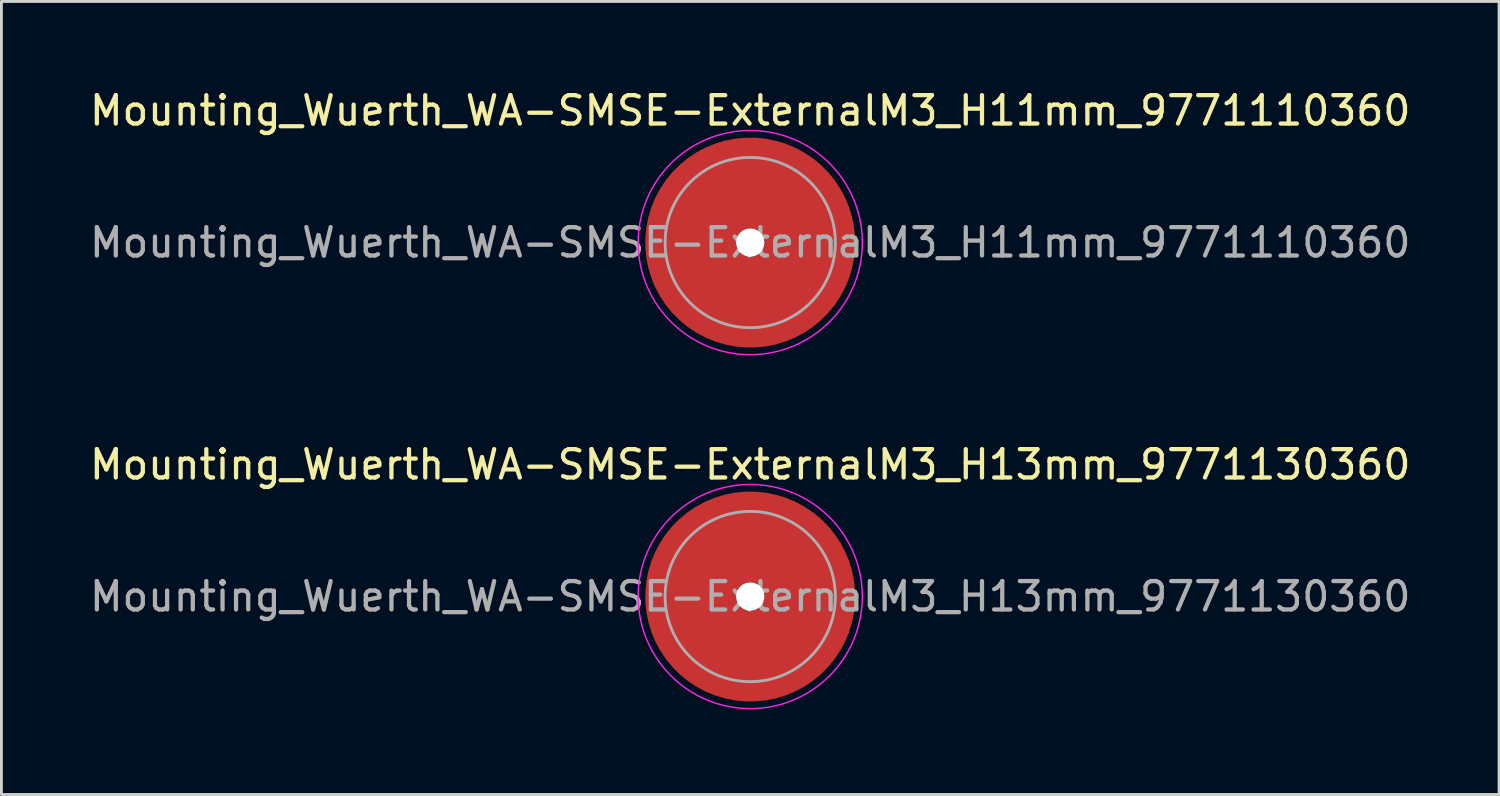
<source format=kicad_pcb>
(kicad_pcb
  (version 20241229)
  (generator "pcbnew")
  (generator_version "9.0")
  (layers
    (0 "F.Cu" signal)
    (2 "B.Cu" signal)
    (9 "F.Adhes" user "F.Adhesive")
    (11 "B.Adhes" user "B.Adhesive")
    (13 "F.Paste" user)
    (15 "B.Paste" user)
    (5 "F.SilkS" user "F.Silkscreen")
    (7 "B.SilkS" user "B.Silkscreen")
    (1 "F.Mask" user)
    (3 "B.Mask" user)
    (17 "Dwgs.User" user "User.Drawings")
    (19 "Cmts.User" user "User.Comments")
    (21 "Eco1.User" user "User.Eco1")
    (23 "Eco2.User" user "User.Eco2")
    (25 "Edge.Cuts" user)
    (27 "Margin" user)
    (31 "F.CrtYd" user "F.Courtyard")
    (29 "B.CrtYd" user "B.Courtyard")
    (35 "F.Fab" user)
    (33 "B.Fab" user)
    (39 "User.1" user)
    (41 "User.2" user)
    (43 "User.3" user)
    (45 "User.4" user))
  (footprint "Mounting_Wuerth_WA-SMSE-ExternalM3_H11mm_9771110360"
    (layer "F.Cu")
    (at 23.387 5.498)
    (property "Reference" "Mounting_Wuerth_WA-SMSE-ExternalM3_H11mm_9771110360" (at 0 -4.65 0) (layer "F.SilkS") (effects (font (size 1 1) (thickness 0.15))))
    (attr smd)
    (fp_circle (center 0 0) (end 3.95 0) (stroke (width 0.05) (type solid)) (fill no) (layer "F.CrtYd"))
    (fp_circle (center 0 0) (end 3 0) (stroke (width 0.1) (type solid)) (fill no) (layer "F.Fab"))
    (fp_text user "${REFERENCE}" (at 0 0 0) (layer "F.Fab") (effects (font (size 1 1) (thickness 0.15))))
    (pad "" smd custom (at 0 -2.1) (size 2.6 2.6) (layers "F.Paste") (options (anchor circle)) (primitives (gr_arc (start -0.305123 1.47) (mid -0.000513 1.4) (end 0.3042 1.469554) (width 0.2)) (gr_arc (start -0.493052 1.47) (mid -0.000664 1.3) (end 0.492006 1.469183) (width 0.2)) (gr_arc (start -0.642729 1.47) (mid -0.000361 1.2) (end 0.642223 1.469484) (width 0.2)) (gr_arc (start -0.776595 1.47) (mid -0.00087 1.1) (end 0.775497 1.468649) (width 0.2)) (gr_arc (start -0.901721 1.47) (mid -0.00018 1) (end 0.901515 1.469705) (width 0.2)) (gr_arc (start -1.021323 1.47) (mid -0.000665 0.9) (end 1.020624 1.468868) (width 0.2)) (gr_arc (start -1.137146 1.47) (mid -0.000289 0.8) (end 1.136866 1.469495) (width 0.2)) (gr_arc (start -1.25024 1.47) (mid -0.000155 0.7) (end 1.250101 1.469724) (width 0.2)) (gr_arc (start -1.361286 1.47) (mid -0.000403 0.6) (end 1.360947 1.469268) (width 0.2)) (gr_arc (start -1.470748 1.47) (mid -0.000334 0.5) (end 1.470485 1.469386) (width 0.2)) (gr_arc (start -1.578955 1.47) (mid -0.001427 0.400001) (end 1.577895 1.46735) (width 0.2)) (gr_arc (start -1.686149 1.47) (mid -0.000398 0.3) (end 1.68587 1.469254) (width 0.2)) (gr_arc (start -1.792512 1.47) (mid -0.001173 0.200001) (end 1.791733 1.467788) (width 0.2)) (gr_arc (start -1.898183 1.47) (mid -0.001368 0.100001) (end 1.89732 1.467404) (width 0.2)) (gr_arc (start -2.003272 1.47) (mid -0.001554 0.000001) (end 2.002338 1.467036) (width 0.2)) (gr_arc (start -2.107866 1.47) (mid -0.00037 -0.1) (end 2.107654 1.469292) (width 0.2)) (gr_arc (start -2.212035 1.47) (mid -0.00011 -0.2) (end 2.211975 1.469788) (width 0.2)) (gr_arc (start -2.315837 1.47) (mid -0.001322 -0.3) (end 2.315142 1.46745) (width 0.2)) (gr_arc (start -2.419318 1.47) (mid -0.000179 -0.4) (end 2.419228 1.469653) (width 0.2)) (gr_arc (start -2.522519 1.47) (mid -0.001235 -0.5) (end 2.521919 1.467604) (width 0.2)) (gr_arc (start -2.625471 1.47) (mid -0.000311 -0.6) (end 2.625326 1.469395) (width 0.2)) (gr_arc (start -2.728205 1.47) (mid -0.002303 -0.7) (end 2.727165 1.465513) (width 0.2)) (gr_arc (start -2.830742 1.47) (mid -0.000149 -0.8) (end 2.830677 1.469709) (width 0.2)) (gr_arc (start -2.933104 1.47) (mid -0.001447 -0.899999) (end 2.932495 1.46717) (width 0.2)) (gr_arc (start -3.035309 1.47) (mid -0.001317 -1) (end 3.034773 1.467421) (width 0.2)) (gr_arc (start -3.137372 1.47) (mid -0.002554 -1.099999) (end 3.136362 1.464993) (width 0.2)) (gr_arc (start -3.239305 1.47) (mid -0.002543 -1.199999) (end 3.23833 1.465008) (width 0.2)) (gr_arc (start -3.341123 1.47) (mid -0.001289 -1.3) (end 3.340644 1.467467) (width 0.2)) (gr_arc (start -3.442833 1.47) (mid -0.001847 -1.399999) (end 3.442166 1.466366) (width 0.2)) (gr_line (start 0.305 1.47) (end 3.443 1.47) (width 0.2)) (gr_line (start -0.305 1.47) (end -3.443 1.47) (width 0.2))))
    (pad "" np_thru_hole circle (at 0 0) (size 1 1) (drill 1) (layers "*.Cu" "*.Mask"))
    (pad "" smd custom (at 0 2.1) (size 2.6 2.6) (layers "F.Paste") (options (anchor circle)) (primitives (gr_arc (start 0.305123 -1.47) (mid 0.000513 -1.4) (end -0.3042 -1.469554) (width 0.2)) (gr_arc (start 0.493052 -1.47) (mid 0.000664 -1.3) (end -0.492006 -1.469183) (width 0.2)) (gr_arc (start 0.642729 -1.47) (mid 0.000361 -1.2) (end -0.642223 -1.469484) (width 0.2)) (gr_arc (start 0.776595 -1.47) (mid 0.00087 -1.1) (end -0.775497 -1.468649) (width 0.2)) (gr_arc (start 0.901721 -1.47) (mid 0.00018 -1) (end -0.901515 -1.469705) (width 0.2)) (gr_arc (start 1.021323 -1.47) (mid 0.000665 -0.9) (end -1.020624 -1.468868) (width 0.2)) (gr_arc (start 1.137146 -1.47) (mid 0.000289 -0.8) (end -1.136866 -1.469495) (width 0.2)) (gr_arc (start 1.25024 -1.47) (mid 0.000155 -0.7) (end -1.250101 -1.469724) (width 0.2)) (gr_arc (start 1.361286 -1.47) (mid 0.000403 -0.6) (end -1.360947 -1.469268) (width 0.2)) (gr_arc (start 1.470748 -1.47) (mid 0.000334 -0.5) (end -1.470485 -1.469386) (width 0.2)) (gr_arc (start 1.578955 -1.47) (mid 0.001427 -0.400001) (end -1.577895 -1.46735) (width 0.2)) (gr_arc (start 1.686149 -1.47) (mid 0.000398 -0.3) (end -1.68587 -1.469254) (width 0.2)) (gr_arc (start 1.792512 -1.47) (mid 0.001173 -0.200001) (end -1.791733 -1.467788) (width 0.2)) (gr_arc (start 1.898183 -1.47) (mid 0.001368 -0.100001) (end -1.89732 -1.467404) (width 0.2)) (gr_arc (start 2.003272 -1.47) (mid 0.001554 -0.000001) (end -2.002338 -1.467036) (width 0.2)) (gr_arc (start 2.107866 -1.47) (mid 0.00037 0.1) (end -2.107654 -1.469292) (width 0.2)) (gr_arc (start 2.212035 -1.47) (mid 0.00011 0.2) (end -2.211975 -1.469788) (width 0.2)) (gr_arc (start 2.315837 -1.47) (mid 0.001322 0.3) (end -2.315142 -1.46745) (width 0.2)) (gr_arc (start 2.419318 -1.47) (mid 0.000179 0.4) (end -2.419228 -1.469653) (width 0.2)) (gr_arc (start 2.522519 -1.47) (mid 0.001235 0.5) (end -2.521919 -1.467604) (width 0.2)) (gr_arc (start 2.625471 -1.47) (mid 0.000311 0.6) (end -2.625326 -1.469395) (width 0.2)) (gr_arc (start 2.728205 -1.47) (mid 0.002303 0.7) (end -2.727165 -1.465513) (width 0.2)) (gr_arc (start 2.830742 -1.47) (mid 0.000149 0.8) (end -2.830677 -1.469709) (width 0.2)) (gr_arc (start 2.933104 -1.47) (mid 0.001447 0.899999) (end -2.932495 -1.46717) (width 0.2)) (gr_arc (start 3.035309 -1.47) (mid 0.001317 1) (end -3.034773 -1.467421) (width 0.2)) (gr_arc (start 3.137372 -1.47) (mid 0.002554 1.099999) (end -3.136362 -1.464993) (width 0.2)) (gr_arc (start 3.239305 -1.47) (mid 0.002543 1.199999) (end -3.23833 -1.465008) (width 0.2)) (gr_arc (start 3.341123 -1.47) (mid 0.001289 1.3) (end -3.340644 -1.467467) (width 0.2)) (gr_arc (start 3.442833 -1.47) (mid 0.001847 1.399999) (end -3.442166 -1.466366) (width 0.2)) (gr_line (start -0.305 -1.47) (end -3.443 -1.47) (width 0.2)) (gr_line (start 0.305 -1.47) (end 3.443 -1.47) (width 0.2))))
    (pad "1" smd circle (at -2.1 0) (size 2.8 2.8) (layers "F.Cu"))
    (pad "1" smd circle (at 0 -2.1) (size 2.8 2.8) (layers "F.Cu"))
    (pad "1" smd circle (at 0 2.1) (size 2.8 2.8) (layers "F.Cu"))
    (pad "1" smd custom (at 2.1 0) (size 2.8 2.8) (layers "F.Cu" "F.Mask") (options (anchor circle)) (primitives (gr_circle (center -2.1 0) (end 0 0) (width 3.2) (fill no)))))
  (footprint "Mounting_Wuerth_WA-SMSE-ExternalM3_H13mm_9771130360"
    (layer "F.Cu")
    (at 23.387 17.971)
    (property "Reference" "Mounting_Wuerth_WA-SMSE-ExternalM3_H13mm_9771130360" (at 0 -4.65 0) (layer "F.SilkS") (effects (font (size 1 1) (thickness 0.15))))
    (attr smd)
    (fp_circle (center 0 0) (end 3.95 0) (stroke (width 0.05) (type solid)) (fill no) (layer "F.CrtYd"))
    (fp_circle (center 0 0) (end 3 0) (stroke (width 0.1) (type solid)) (fill no) (layer "F.Fab"))
    (fp_text user "${REFERENCE}" (at 0 0 0) (layer "F.Fab") (effects (font (size 1 1) (thickness 0.15))))
    (pad "" smd custom (at 0 -2.1) (size 2.6 2.6) (layers "F.Paste") (options (anchor circle)) (primitives (gr_arc (start -0.305123 1.47) (mid -0.000513 1.4) (end 0.3042 1.469554) (width 0.2)) (gr_arc (start -0.493052 1.47) (mid -0.000664 1.3) (end 0.492006 1.469183) (width 0.2)) (gr_arc (start -0.642729 1.47) (mid -0.000361 1.2) (end 0.642223 1.469484) (width 0.2)) (gr_arc (start -0.776595 1.47) (mid -0.00087 1.1) (end 0.775497 1.468649) (width 0.2)) (gr_arc (start -0.901721 1.47) (mid -0.00018 1) (end 0.901515 1.469705) (width 0.2)) (gr_arc (start -1.021323 1.47) (mid -0.000665 0.9) (end 1.020624 1.468868) (width 0.2)) (gr_arc (start -1.137146 1.47) (mid -0.000289 0.8) (end 1.136866 1.469495) (width 0.2)) (gr_arc (start -1.25024 1.47) (mid -0.000155 0.7) (end 1.250101 1.469724) (width 0.2)) (gr_arc (start -1.361286 1.47) (mid -0.000403 0.6) (end 1.360947 1.469268) (width 0.2)) (gr_arc (start -1.470748 1.47) (mid -0.000334 0.5) (end 1.470485 1.469386) (width 0.2)) (gr_arc (start -1.578955 1.47) (mid -0.001427 0.400001) (end 1.577895 1.46735) (width 0.2)) (gr_arc (start -1.686149 1.47) (mid -0.000398 0.3) (end 1.68587 1.469254) (width 0.2)) (gr_arc (start -1.792512 1.47) (mid -0.001173 0.200001) (end 1.791733 1.467788) (width 0.2)) (gr_arc (start -1.898183 1.47) (mid -0.001368 0.100001) (end 1.89732 1.467404) (width 0.2)) (gr_arc (start -2.003272 1.47) (mid -0.001554 0.000001) (end 2.002338 1.467036) (width 0.2)) (gr_arc (start -2.107866 1.47) (mid -0.00037 -0.1) (end 2.107654 1.469292) (width 0.2)) (gr_arc (start -2.212035 1.47) (mid -0.00011 -0.2) (end 2.211975 1.469788) (width 0.2)) (gr_arc (start -2.315837 1.47) (mid -0.001322 -0.3) (end 2.315142 1.46745) (width 0.2)) (gr_arc (start -2.419318 1.47) (mid -0.000179 -0.4) (end 2.419228 1.469653) (width 0.2)) (gr_arc (start -2.522519 1.47) (mid -0.001235 -0.5) (end 2.521919 1.467604) (width 0.2)) (gr_arc (start -2.625471 1.47) (mid -0.000311 -0.6) (end 2.625326 1.469395) (width 0.2)) (gr_arc (start -2.728205 1.47) (mid -0.002303 -0.7) (end 2.727165 1.465513) (width 0.2)) (gr_arc (start -2.830742 1.47) (mid -0.000149 -0.8) (end 2.830677 1.469709) (width 0.2)) (gr_arc (start -2.933104 1.47) (mid -0.001447 -0.899999) (end 2.932495 1.46717) (width 0.2)) (gr_arc (start -3.035309 1.47) (mid -0.001317 -1) (end 3.034773 1.467421) (width 0.2)) (gr_arc (start -3.137372 1.47) (mid -0.002554 -1.099999) (end 3.136362 1.464993) (width 0.2)) (gr_arc (start -3.239305 1.47) (mid -0.002543 -1.199999) (end 3.23833 1.465008) (width 0.2)) (gr_arc (start -3.341123 1.47) (mid -0.001289 -1.3) (end 3.340644 1.467467) (width 0.2)) (gr_arc (start -3.442833 1.47) (mid -0.001847 -1.399999) (end 3.442166 1.466366) (width 0.2)) (gr_line (start 0.305 1.47) (end 3.443 1.47) (width 0.2)) (gr_line (start -0.305 1.47) (end -3.443 1.47) (width 0.2))))
    (pad "" np_thru_hole circle (at 0 0) (size 1 1) (drill 1) (layers "*.Cu" "*.Mask"))
    (pad "" smd custom (at 0 2.1) (size 2.6 2.6) (layers "F.Paste") (options (anchor circle)) (primitives (gr_arc (start 0.305123 -1.47) (mid 0.000513 -1.4) (end -0.3042 -1.469554) (width 0.2)) (gr_arc (start 0.493052 -1.47) (mid 0.000664 -1.3) (end -0.492006 -1.469183) (width 0.2)) (gr_arc (start 0.642729 -1.47) (mid 0.000361 -1.2) (end -0.642223 -1.469484) (width 0.2)) (gr_arc (start 0.776595 -1.47) (mid 0.00087 -1.1) (end -0.775497 -1.468649) (width 0.2)) (gr_arc (start 0.901721 -1.47) (mid 0.00018 -1) (end -0.901515 -1.469705) (width 0.2)) (gr_arc (start 1.021323 -1.47) (mid 0.000665 -0.9) (end -1.020624 -1.468868) (width 0.2)) (gr_arc (start 1.137146 -1.47) (mid 0.000289 -0.8) (end -1.136866 -1.469495) (width 0.2)) (gr_arc (start 1.25024 -1.47) (mid 0.000155 -0.7) (end -1.250101 -1.469724) (width 0.2)) (gr_arc (start 1.361286 -1.47) (mid 0.000403 -0.6) (end -1.360947 -1.469268) (width 0.2)) (gr_arc (start 1.470748 -1.47) (mid 0.000334 -0.5) (end -1.470485 -1.469386) (width 0.2)) (gr_arc (start 1.578955 -1.47) (mid 0.001427 -0.400001) (end -1.577895 -1.46735) (width 0.2)) (gr_arc (start 1.686149 -1.47) (mid 0.000398 -0.3) (end -1.68587 -1.469254) (width 0.2)) (gr_arc (start 1.792512 -1.47) (mid 0.001173 -0.200001) (end -1.791733 -1.467788) (width 0.2)) (gr_arc (start 1.898183 -1.47) (mid 0.001368 -0.100001) (end -1.89732 -1.467404) (width 0.2)) (gr_arc (start 2.003272 -1.47) (mid 0.001554 -0.000001) (end -2.002338 -1.467036) (width 0.2)) (gr_arc (start 2.107866 -1.47) (mid 0.00037 0.1) (end -2.107654 -1.469292) (width 0.2)) (gr_arc (start 2.212035 -1.47) (mid 0.00011 0.2) (end -2.211975 -1.469788) (width 0.2)) (gr_arc (start 2.315837 -1.47) (mid 0.001322 0.3) (end -2.315142 -1.46745) (width 0.2)) (gr_arc (start 2.419318 -1.47) (mid 0.000179 0.4) (end -2.419228 -1.469653) (width 0.2)) (gr_arc (start 2.522519 -1.47) (mid 0.001235 0.5) (end -2.521919 -1.467604) (width 0.2)) (gr_arc (start 2.625471 -1.47) (mid 0.000311 0.6) (end -2.625326 -1.469395) (width 0.2)) (gr_arc (start 2.728205 -1.47) (mid 0.002303 0.7) (end -2.727165 -1.465513) (width 0.2)) (gr_arc (start 2.830742 -1.47) (mid 0.000149 0.8) (end -2.830677 -1.469709) (width 0.2)) (gr_arc (start 2.933104 -1.47) (mid 0.001447 0.899999) (end -2.932495 -1.46717) (width 0.2)) (gr_arc (start 3.035309 -1.47) (mid 0.001317 1) (end -3.034773 -1.467421) (width 0.2)) (gr_arc (start 3.137372 -1.47) (mid 0.002554 1.099999) (end -3.136362 -1.464993) (width 0.2)) (gr_arc (start 3.239305 -1.47) (mid 0.002543 1.199999) (end -3.23833 -1.465008) (width 0.2)) (gr_arc (start 3.341123 -1.47) (mid 0.001289 1.3) (end -3.340644 -1.467467) (width 0.2)) (gr_arc (start 3.442833 -1.47) (mid 0.001847 1.399999) (end -3.442166 -1.466366) (width 0.2)) (gr_line (start -0.305 -1.47) (end -3.443 -1.47) (width 0.2)) (gr_line (start 0.305 -1.47) (end 3.443 -1.47) (width 0.2))))
    (pad "1" smd circle (at -2.1 0) (size 2.8 2.8) (layers "F.Cu"))
    (pad "1" smd circle (at 0 -2.1) (size 2.8 2.8) (layers "F.Cu"))
    (pad "1" smd circle (at 0 2.1) (size 2.8 2.8) (layers "F.Cu"))
    (pad "1" smd custom (at 2.1 0) (size 2.8 2.8) (layers "F.Cu" "F.Mask") (options (anchor circle)) (primitives (gr_circle (center -2.1 0) (end 0 0) (width 3.2) (fill no)))))
  (gr_rect
    (start -3 -3)
    (end 49.774 24.947)
    (stroke (width 0.1) (type default))
    (fill no)
    (layer "Edge.Cuts")))
</source>
